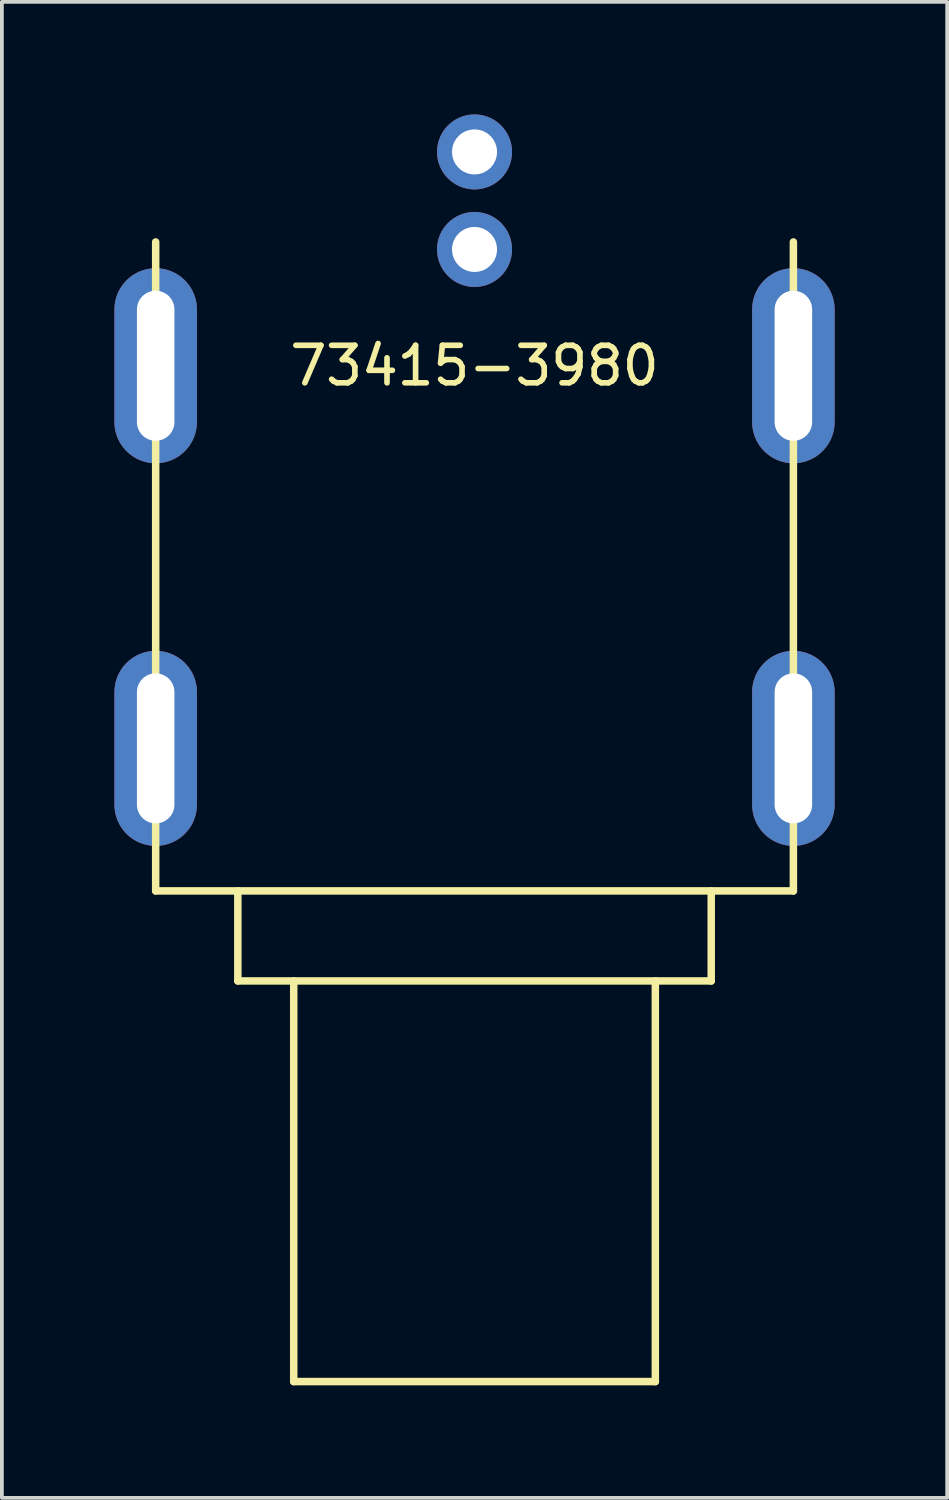
<source format=kicad_pcb>
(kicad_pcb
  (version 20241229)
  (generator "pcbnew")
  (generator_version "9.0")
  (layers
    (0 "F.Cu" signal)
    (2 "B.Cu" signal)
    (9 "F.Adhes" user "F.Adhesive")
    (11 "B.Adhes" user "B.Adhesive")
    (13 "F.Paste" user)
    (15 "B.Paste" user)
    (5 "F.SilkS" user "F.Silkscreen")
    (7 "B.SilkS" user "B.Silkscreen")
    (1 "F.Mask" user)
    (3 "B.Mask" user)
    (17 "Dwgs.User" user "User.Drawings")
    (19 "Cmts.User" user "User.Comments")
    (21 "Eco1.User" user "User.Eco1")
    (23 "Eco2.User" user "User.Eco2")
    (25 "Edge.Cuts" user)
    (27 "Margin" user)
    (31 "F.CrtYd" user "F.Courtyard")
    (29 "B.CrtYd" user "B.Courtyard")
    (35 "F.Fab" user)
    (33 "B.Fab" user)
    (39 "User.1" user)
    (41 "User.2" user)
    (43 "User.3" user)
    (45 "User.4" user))
  (footprint "73415-3980"
    (layer "F.Cu")
    (at 9.6 1)
    (property "Reference" "73415-3980" (at 0 5.7 0) (layer "F.SilkS") (effects (font (size 1 1) (thickness 0.15))))
    (attr through_hole)
    (fp_line (start -8.5 19.7) (end -8.5 2.4) (stroke (width 0.2) (type solid)) (layer "F.SilkS"))
    (fp_line (start -8.5 19.7) (end 8.5 19.7) (stroke (width 0.2) (type solid)) (layer "F.SilkS"))
    (fp_line (start -6.31 22.1) (end -6.31 19.7) (stroke (width 0.2) (type solid)) (layer "F.SilkS"))
    (fp_line (start -4.82 32.78) (end -4.82 22.1) (stroke (width 0.2) (type solid)) (layer "F.SilkS"))
    (fp_line (start 4.82 32.78) (end -4.82 32.78) (stroke (width 0.2) (type solid)) (layer "F.SilkS"))
    (fp_line (start 4.82 32.78) (end 4.82 22.1) (stroke (width 0.2) (type solid)) (layer "F.SilkS"))
    (fp_line (start 6.31 19.7) (end 6.31 22.1) (stroke (width 0.2) (type solid)) (layer "F.SilkS"))
    (fp_line (start 6.31 22.1) (end -6.31 22.1) (stroke (width 0.2) (type solid)) (layer "F.SilkS"))
    (fp_line (start 8.5 19.7) (end 8.5 2.4) (stroke (width 0.2) (type solid)) (layer "F.SilkS"))
    (pad "1" thru_hole circle (at 0 2.6) (size 2 2) (drill 1.2) (layers "*.Cu" "*.Mask"))
    (pad "2" thru_hole circle (at 0 0) (size 2 2) (drill 1.2) (layers "*.Cu" "*.Mask"))
    (pad "3" thru_hole oval (at -8.5 5.7) (size 2.2 5.2) (drill oval 1 4) (layers "*.Cu" "*.Mask"))
    (pad "3" thru_hole oval (at -8.5 15.9) (size 2.2 5.2) (drill oval 1 4) (layers "*.Cu" "*.Mask"))
    (pad "3" thru_hole oval (at 8.5 5.7) (size 2.2 5.2) (drill oval 1 4) (layers "*.Cu" "*.Mask"))
    (pad "3" thru_hole oval (at 8.5 15.9) (size 2.2 5.2) (drill oval 1 4) (layers "*.Cu" "*.Mask")))
  (gr_rect
    (start -3 -3)
    (end 22.2 36.88)
    (stroke (width 0.1) (type default))
    (fill no)
    (layer "Edge.Cuts")))
</source>
